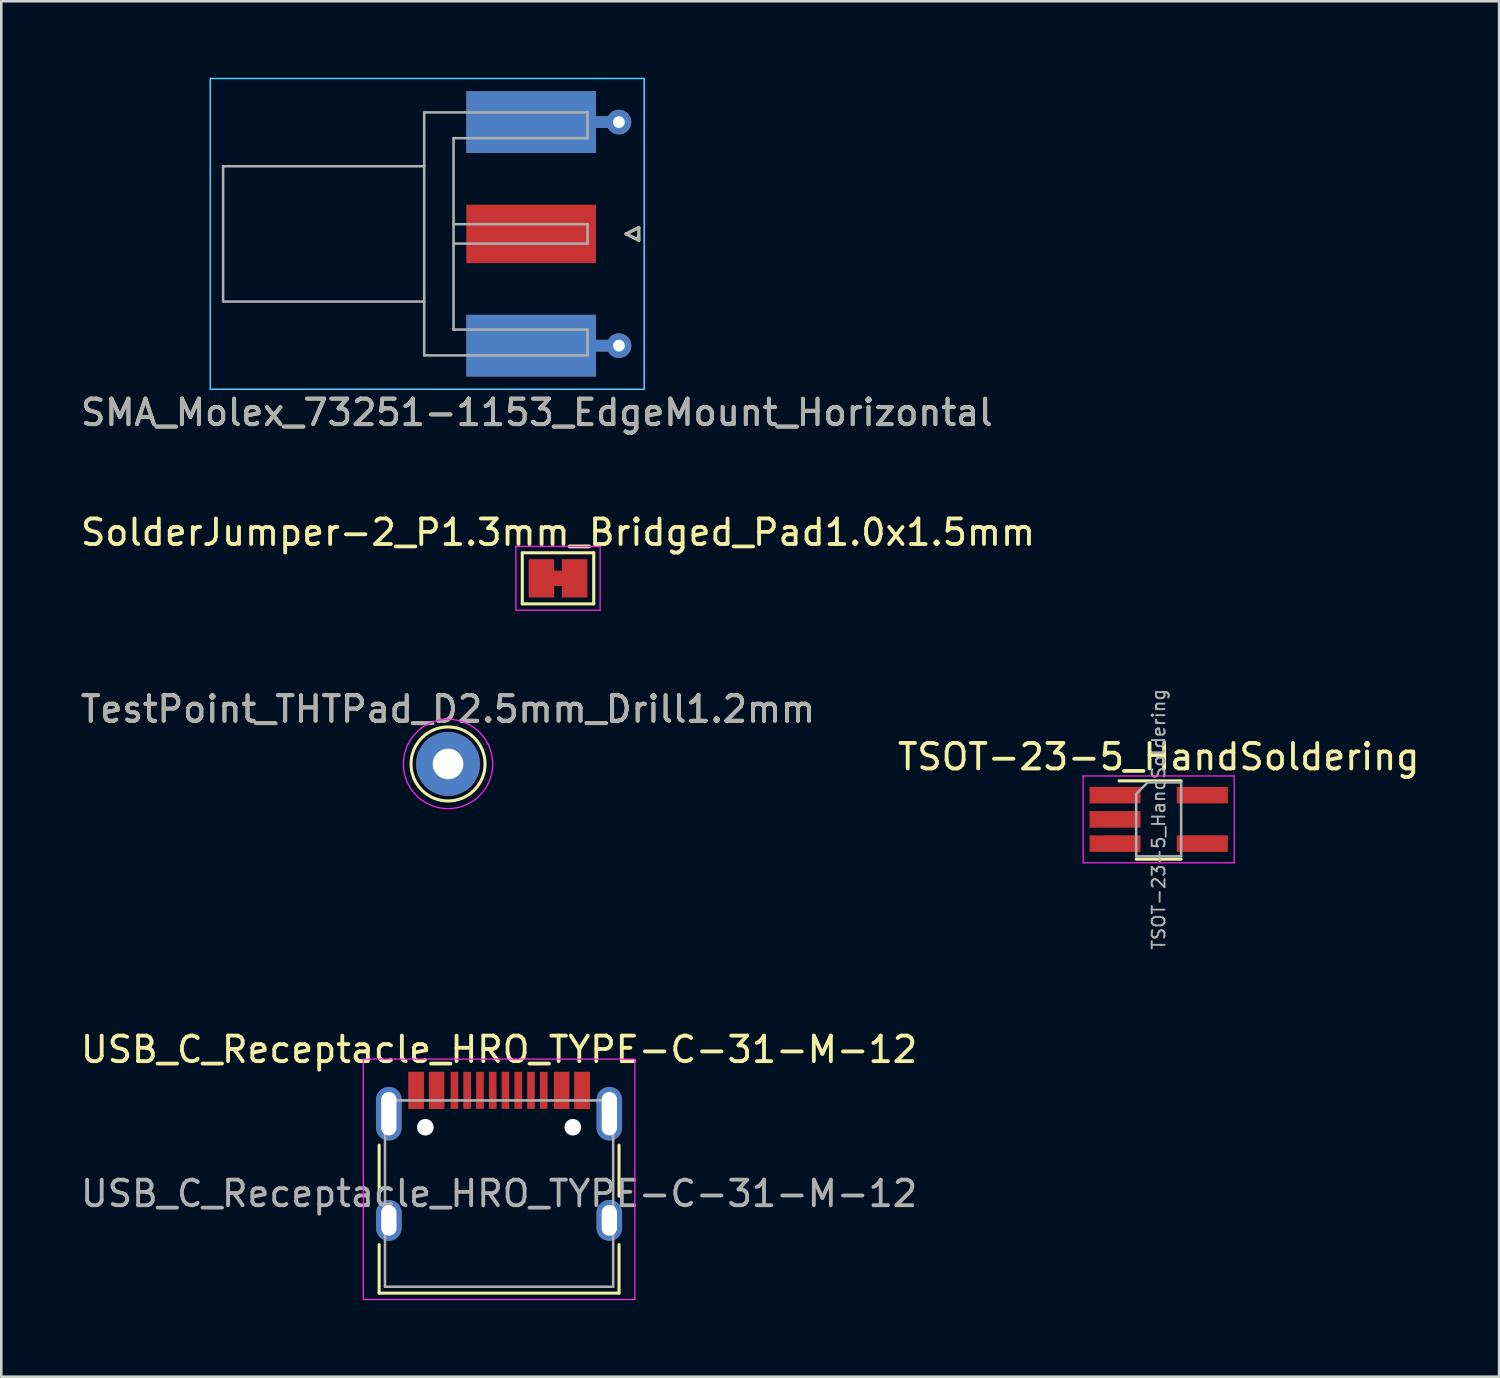
<source format=kicad_pcb>
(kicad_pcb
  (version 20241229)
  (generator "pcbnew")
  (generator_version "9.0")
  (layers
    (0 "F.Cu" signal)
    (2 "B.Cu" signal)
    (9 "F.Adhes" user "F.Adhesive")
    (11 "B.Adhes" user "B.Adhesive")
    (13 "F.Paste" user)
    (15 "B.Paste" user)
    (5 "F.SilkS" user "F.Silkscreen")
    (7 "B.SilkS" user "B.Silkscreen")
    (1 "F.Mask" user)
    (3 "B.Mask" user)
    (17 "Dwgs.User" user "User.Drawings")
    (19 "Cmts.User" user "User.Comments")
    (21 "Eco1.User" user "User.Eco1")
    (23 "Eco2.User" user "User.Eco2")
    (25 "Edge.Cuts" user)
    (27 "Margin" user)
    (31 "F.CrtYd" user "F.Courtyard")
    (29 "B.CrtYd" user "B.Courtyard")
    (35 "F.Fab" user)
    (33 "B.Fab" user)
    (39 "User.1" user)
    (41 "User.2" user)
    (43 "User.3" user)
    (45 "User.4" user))
  (footprint "SolderJumper-2_P1.3mm_Bridged_Pad1.0x1.5mm"
    (layer "F.Cu")
    (at 18.815 19.611)
    (property "Reference" "SolderJumper-2_P1.3mm_Bridged_Pad1.0x1.5mm" (at 0 -1.8 0) (layer "F.SilkS") (effects (font (size 1 1) (thickness 0.15))))
    (attr exclude_from_pos_files exclude_from_bom)
    (fp_poly (pts (xy -0.25 -0.3) (xy 0.25 -0.3) (xy 0.25 0.3) (xy -0.25 0.3)) (stroke (width 0) (type solid)) (fill yes) (layer "F.Cu"))
    (fp_line (start -1.4 -1) (end 1.4 -1) (stroke (width 0.12) (type solid)) (layer "F.SilkS"))
    (fp_line (start -1.4 1) (end -1.4 -1) (stroke (width 0.12) (type solid)) (layer "F.SilkS"))
    (fp_line (start 1.4 -1) (end 1.4 1) (stroke (width 0.12) (type solid)) (layer "F.SilkS"))
    (fp_line (start 1.4 1) (end -1.4 1) (stroke (width 0.12) (type solid)) (layer "F.SilkS"))
    (fp_line (start -1.65 -1.25) (end -1.65 1.25) (stroke (width 0.05) (type solid)) (layer "F.CrtYd"))
    (fp_line (start -1.65 -1.25) (end 1.65 -1.25) (stroke (width 0.05) (type solid)) (layer "F.CrtYd"))
    (fp_line (start 1.65 1.25) (end -1.65 1.25) (stroke (width 0.05) (type solid)) (layer "F.CrtYd"))
    (fp_line (start 1.65 1.25) (end 1.65 -1.25) (stroke (width 0.05) (type solid)) (layer "F.CrtYd"))
    (pad "1" smd rect (at -0.65 0) (size 1 1.5) (layers "F.Cu" "F.Mask"))
    (pad "2" smd rect (at 0.65 0) (size 1 1.5) (layers "F.Cu" "F.Mask")))
  (footprint "TSOT-23-5_HandSoldering"
    (layer "F.Cu")
    (at 42.351 29.056)
    (property "Reference" "TSOT-23-5_HandSoldering" (at 0 -2.45 0) (layer "F.SilkS") (effects (font (size 1 1) (thickness 0.15))))
    (attr smd)
    (fp_line (start -0.88 1.56) (end 0.88 1.56) (stroke (width 0.12) (type solid)) (layer "F.SilkS"))
    (fp_line (start 0.88 -1.51) (end -1.55 -1.51) (stroke (width 0.12) (type solid)) (layer "F.SilkS"))
    (fp_line (start -2.96 -1.7) (end -2.96 1.7) (stroke (width 0.05) (type solid)) (layer "F.CrtYd"))
    (fp_line (start -2.96 -1.7) (end 2.96 -1.7) (stroke (width 0.05) (type solid)) (layer "F.CrtYd"))
    (fp_line (start 2.96 1.7) (end -2.96 1.7) (stroke (width 0.05) (type solid)) (layer "F.CrtYd"))
    (fp_line (start 2.96 1.7) (end 2.96 -1.7) (stroke (width 0.05) (type solid)) (layer "F.CrtYd"))
    (fp_line (start -0.88 -1) (end -0.88 1.45) (stroke (width 0.1) (type solid)) (layer "F.Fab"))
    (fp_line (start -0.88 -1) (end -0.43 -1.45) (stroke (width 0.1) (type solid)) (layer "F.Fab"))
    (fp_line (start 0.88 -1.45) (end -0.43 -1.45) (stroke (width 0.1) (type solid)) (layer "F.Fab"))
    (fp_line (start 0.88 -1.45) (end 0.88 1.45) (stroke (width 0.1) (type solid)) (layer "F.Fab"))
    (fp_line (start 0.88 1.45) (end -0.88 1.45) (stroke (width 0.1) (type solid)) (layer "F.Fab"))
    (fp_text user "${REFERENCE}" (at 0 0 90) (layer "F.Fab") (effects (font (size 0.5 0.5) (thickness 0.075))))
    (pad "1" smd rect (at -1.71 -0.95) (size 2 0.65) (layers "F.Cu" "F.Mask" "F.Paste"))
    (pad "2" smd rect (at -1.71 0) (size 2 0.65) (layers "F.Cu" "F.Mask" "F.Paste"))
    (pad "3" smd rect (at -1.71 0.95) (size 2 0.65) (layers "F.Cu" "F.Mask" "F.Paste"))
    (pad "4" smd rect (at 1.71 0.95) (size 2 0.65) (layers "F.Cu" "F.Mask" "F.Paste"))
    (pad "5" smd rect (at 1.71 -0.95) (size 2 0.65) (layers "F.Cu" "F.Mask" "F.Paste")))
  (footprint "TestPoint_THTPad_D2.5mm_Drill1.2mm"
    (layer "F.Cu")
    (at 14.506 26.885)
    (property "Reference" "TestPoint_THTPad_D2.5mm_Drill1.2mm" (at 0 -2.148 0) (layer "F.SilkS") (effects (font (size 1 1) (thickness 0.15))))
    (attr exclude_from_pos_files exclude_from_bom)
    (fp_circle (center 0 0) (end 0 1.45) (stroke (width 0.12) (type solid)) (fill no) (layer "F.SilkS"))
    (fp_circle (center 0 0) (end 1.75 0) (stroke (width 0.05) (type solid)) (fill no) (layer "F.CrtYd"))
    (fp_text user "${REFERENCE}" (at 0 -2.15 0) (layer "F.Fab") (effects (font (size 1 1) (thickness 0.15))))
    (pad "1" thru_hole circle (at 0 0) (size 2.5 2.5) (drill 1.2) (layers "*.Cu" "*.Mask")))
  (footprint "SMA_Molex_73251-1153_EdgeMount_Horizontal"
    (layer "F.Cu")
    (at 19.482 6.115)
    (property "Reference" "SMA_Molex_73251-1153_EdgeMount_Horizontal" (at -1.5 7 0) (layer "F.SilkS") (effects (font (size 1 1) (thickness 0.15))))
    (attr smd)
    (fp_line (start 2 0) (end 2.5 -0.25) (stroke (width 0.12) (type solid)) (layer "F.SilkS"))
    (fp_line (start 2.5 -0.25) (end 2.5 0.25) (stroke (width 0.12) (type solid)) (layer "F.SilkS"))
    (fp_line (start 2.5 0.25) (end 2 0) (stroke (width 0.12) (type solid)) (layer "F.SilkS"))
    (fp_line (start -14.29 -6.09) (end -14.29 6.09) (stroke (width 0.05) (type solid)) (layer "B.CrtYd"))
    (fp_line (start -14.29 -6.09) (end 2.71 -6.09) (stroke (width 0.05) (type solid)) (layer "B.CrtYd"))
    (fp_line (start -14.29 6.09) (end 2.71 6.09) (stroke (width 0.05) (type solid)) (layer "B.CrtYd"))
    (fp_line (start 2.71 -6.09) (end 2.71 6.09) (stroke (width 0.05) (type solid)) (layer "B.CrtYd"))
    (fp_line (start -14.29 -6.09) (end -14.29 6.09) (stroke (width 0.05) (type solid)) (layer "F.CrtYd"))
    (fp_line (start -14.29 6.09) (end 2.71 6.09) (stroke (width 0.05) (type solid)) (layer "F.CrtYd"))
    (fp_line (start 2.71 -6.09) (end -14.29 -6.09) (stroke (width 0.05) (type solid)) (layer "F.CrtYd"))
    (fp_line (start 2.71 -6.09) (end 2.71 6.09) (stroke (width 0.05) (type solid)) (layer "F.CrtYd"))
    (fp_line (start -13.79 -2.65) (end -13.79 2.65) (stroke (width 0.1) (type solid)) (layer "F.Fab"))
    (fp_line (start -13.79 -2.65) (end -5.91 -2.65) (stroke (width 0.1) (type solid)) (layer "F.Fab"))
    (fp_line (start -13.79 2.65) (end -5.91 2.65) (stroke (width 0.1) (type solid)) (layer "F.Fab"))
    (fp_line (start -5.91 -4.76) (end -5.91 4.76) (stroke (width 0.1) (type solid)) (layer "F.Fab"))
    (fp_line (start -5.91 4.76) (end 0.49 4.76) (stroke (width 0.1) (type solid)) (layer "F.Fab"))
    (fp_line (start -4.76 -3.75) (end -4.76 3.75) (stroke (width 0.1) (type solid)) (layer "F.Fab"))
    (fp_line (start -4.76 -3.75) (end 0.49 -3.75) (stroke (width 0.1) (type solid)) (layer "F.Fab"))
    (fp_line (start -4.76 -0.38) (end 0.49 -0.38) (stroke (width 0.1) (type solid)) (layer "F.Fab"))
    (fp_line (start -4.76 0.38) (end 0.49 0.38) (stroke (width 0.1) (type solid)) (layer "F.Fab"))
    (fp_line (start -4.76 3.75) (end 0.49 3.75) (stroke (width 0.1) (type solid)) (layer "F.Fab"))
    (fp_line (start 0.49 -4.76) (end -5.91 -4.76) (stroke (width 0.1) (type solid)) (layer "F.Fab"))
    (fp_line (start 0.49 -4.76) (end 0.49 -3.75) (stroke (width 0.1) (type solid)) (layer "F.Fab"))
    (fp_line (start 0.49 -0.38) (end 0.49 0.38) (stroke (width 0.1) (type solid)) (layer "F.Fab"))
    (fp_line (start 0.49 3.75) (end 0.49 4.76) (stroke (width 0.1) (type solid)) (layer "F.Fab"))
    (fp_line (start 2 0) (end 2.5 0.25) (stroke (width 0.1) (type solid)) (layer "F.Fab"))
    (fp_line (start 2.5 -0.25) (end 2 0) (stroke (width 0.1) (type solid)) (layer "F.Fab"))
    (fp_line (start 2.5 0.25) (end 2.5 -0.25) (stroke (width 0.1) (type solid)) (layer "F.Fab"))
    (fp_text user "${REFERENCE}" (at -1.5 7 0) (layer "F.Fab") (effects (font (size 1 1) (thickness 0.15))))
    (pad "1" smd rect (at -1.72 0) (size 5.08 2.29) (layers "F.Cu" "F.Mask" "F.Paste"))
    (pad "2" smd rect (at -1.72 -4.38) (size 5.08 2.42) (layers "F.Cu" "F.Mask" "F.Paste"))
    (pad "2" smd rect (at -1.72 -4.38) (size 5.08 2.42) (layers "B.Cu" "B.Mask" "B.Paste"))
    (pad "2" smd rect (at -1.72 4.38) (size 5.08 2.42) (layers "F.Cu" "F.Mask" "F.Paste"))
    (pad "2" smd rect (at -1.72 4.38) (size 5.08 2.42) (layers "B.Cu" "B.Mask" "B.Paste"))
    (pad "2" smd rect (at 1.27 -4.38) (size 0.95 0.46) (layers "F.Cu"))
    (pad "2" smd rect (at 1.27 -4.38) (size 0.95 0.46) (layers "B.Cu"))
    (pad "2" smd rect (at 1.27 4.38) (size 0.95 0.46) (layers "F.Cu"))
    (pad "2" smd rect (at 1.27 4.38) (size 0.95 0.46) (layers "B.Cu"))
    (pad "2" thru_hole circle (at 1.72 -4.38) (size 0.97 0.97) (drill 0.46) (layers "*.Cu"))
    (pad "2" thru_hole circle (at 1.72 4.38) (size 0.97 0.97) (drill 0.46) (layers "*.Cu")))
  (footprint "USB_C_Receptacle_HRO_TYPE-C-31-M-12"
    (layer "F.Cu")
    (at 16.506 43.719)
    (property "Reference" "USB_C_Receptacle_HRO_TYPE-C-31-M-12" (at 0 -5.645 0) (layer "F.SilkS") (effects (font (size 1 1) (thickness 0.15))))
    (attr smd)
    (fp_line (start -4.7 -1.9) (end -4.7 0.1) (stroke (width 0.12) (type solid)) (layer "F.SilkS"))
    (fp_line (start -4.7 2) (end -4.7 3.9) (stroke (width 0.12) (type solid)) (layer "F.SilkS"))
    (fp_line (start -4.7 3.9) (end 4.7 3.9) (stroke (width 0.12) (type solid)) (layer "F.SilkS"))
    (fp_line (start 4.7 -1.9) (end 4.7 0.1) (stroke (width 0.12) (type solid)) (layer "F.SilkS"))
    (fp_line (start 4.7 2) (end 4.7 3.9) (stroke (width 0.12) (type solid)) (layer "F.SilkS"))
    (fp_line (start -5.32 -5.27) (end -5.32 4.15) (stroke (width 0.05) (type solid)) (layer "F.CrtYd"))
    (fp_line (start -5.32 -5.27) (end 5.32 -5.27) (stroke (width 0.05) (type solid)) (layer "F.CrtYd"))
    (fp_line (start -5.32 4.15) (end 5.32 4.15) (stroke (width 0.05) (type solid)) (layer "F.CrtYd"))
    (fp_line (start 5.32 -5.27) (end 5.32 4.15) (stroke (width 0.05) (type solid)) (layer "F.CrtYd"))
    (fp_line (start -4.47 -3.65) (end -4.47 3.65) (stroke (width 0.1) (type solid)) (layer "F.Fab"))
    (fp_line (start -4.47 -3.65) (end 4.47 -3.65) (stroke (width 0.1) (type solid)) (layer "F.Fab"))
    (fp_line (start -4.47 3.65) (end 4.47 3.65) (stroke (width 0.1) (type solid)) (layer "F.Fab"))
    (fp_line (start 4.47 -3.65) (end 4.47 3.65) (stroke (width 0.1) (type solid)) (layer "F.Fab"))
    (fp_text user "${REFERENCE}" (at 0 0 0) (layer "F.Fab") (effects (font (size 1 1) (thickness 0.15))))
    (pad "" np_thru_hole circle (at -2.89 -2.6) (size 0.65 0.65) (drill 0.65) (layers "*.Cu" "*.Mask"))
    (pad "" np_thru_hole circle (at 2.89 -2.6) (size 0.65 0.65) (drill 0.65) (layers "*.Cu" "*.Mask"))
    (pad "A1" smd rect (at -3.25 -4.045) (size 0.6 1.45) (layers "F.Cu" "F.Mask" "F.Paste"))
    (pad "A4" smd rect (at -2.45 -4.045) (size 0.6 1.45) (layers "F.Cu" "F.Mask" "F.Paste"))
    (pad "A5" smd rect (at -1.25 -4.045) (size 0.3 1.45) (layers "F.Cu" "F.Mask" "F.Paste"))
    (pad "A6" smd rect (at -0.25 -4.045) (size 0.3 1.45) (layers "F.Cu" "F.Mask" "F.Paste"))
    (pad "A7" smd rect (at 0.25 -4.045) (size 0.3 1.45) (layers "F.Cu" "F.Mask" "F.Paste"))
    (pad "A8" smd rect (at 1.25 -4.045) (size 0.3 1.45) (layers "F.Cu" "F.Mask" "F.Paste"))
    (pad "A9" smd rect (at 2.45 -4.045) (size 0.6 1.45) (layers "F.Cu" "F.Mask" "F.Paste"))
    (pad "A12" smd rect (at 3.25 -4.045) (size 0.6 1.45) (layers "F.Cu" "F.Mask" "F.Paste"))
    (pad "B1" smd rect (at 3.25 -4.045) (size 0.6 1.45) (layers "F.Cu" "F.Mask" "F.Paste"))
    (pad "B4" smd rect (at 2.45 -4.045) (size 0.6 1.45) (layers "F.Cu" "F.Mask" "F.Paste"))
    (pad "B5" smd rect (at 1.75 -4.045) (size 0.3 1.45) (layers "F.Cu" "F.Mask" "F.Paste"))
    (pad "B6" smd rect (at 0.75 -4.045) (size 0.3 1.45) (layers "F.Cu" "F.Mask" "F.Paste"))
    (pad "B7" smd rect (at -0.75 -4.045) (size 0.3 1.45) (layers "F.Cu" "F.Mask" "F.Paste"))
    (pad "B8" smd rect (at -1.75 -4.045) (size 0.3 1.45) (layers "F.Cu" "F.Mask" "F.Paste"))
    (pad "B9" smd rect (at -2.45 -4.045) (size 0.6 1.45) (layers "F.Cu" "F.Mask" "F.Paste"))
    (pad "B12" smd rect (at -3.25 -4.045) (size 0.6 1.45) (layers "F.Cu" "F.Mask" "F.Paste"))
    (pad "S1" thru_hole oval (at -4.32 -3.13) (size 1 2.1) (drill oval 0.6 1.7) (layers "*.Cu" "*.Mask"))
    (pad "S1" thru_hole oval (at -4.32 1.05) (size 1 1.6) (drill oval 0.6 1.2) (layers "*.Cu" "*.Mask"))
    (pad "S1" thru_hole oval (at 4.32 -3.13) (size 1 2.1) (drill oval 0.6 1.7) (layers "*.Cu" "*.Mask"))
    (pad "S1" thru_hole oval (at 4.32 1.05) (size 1 1.6) (drill oval 0.6 1.2) (layers "*.Cu" "*.Mask")))
  (gr_rect
    (start -3 -3)
    (end 55.69 50.894)
    (stroke (width 0.1) (type default))
    (fill no)
    (layer "Edge.Cuts")))
</source>
